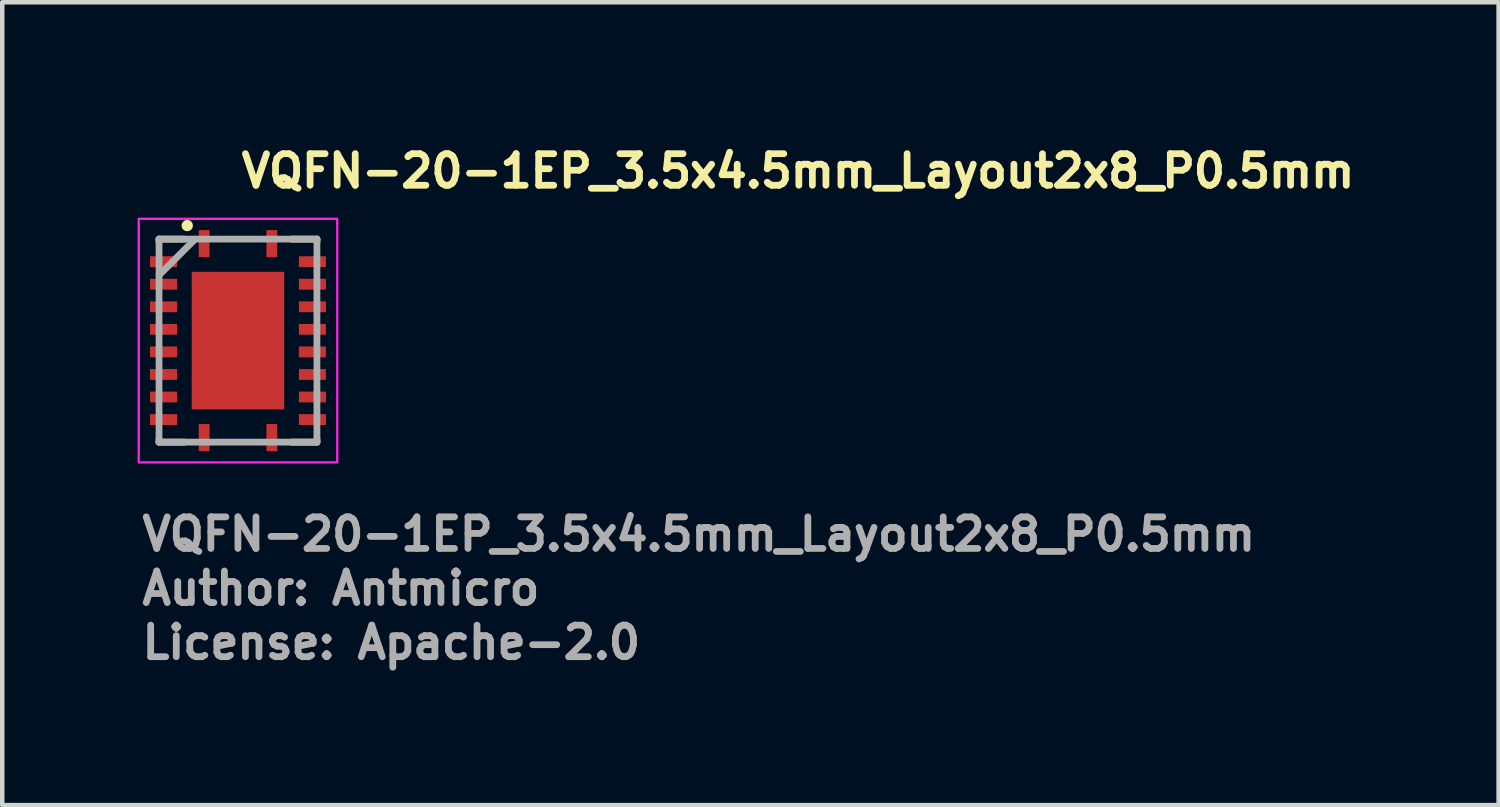
<source format=kicad_pcb>
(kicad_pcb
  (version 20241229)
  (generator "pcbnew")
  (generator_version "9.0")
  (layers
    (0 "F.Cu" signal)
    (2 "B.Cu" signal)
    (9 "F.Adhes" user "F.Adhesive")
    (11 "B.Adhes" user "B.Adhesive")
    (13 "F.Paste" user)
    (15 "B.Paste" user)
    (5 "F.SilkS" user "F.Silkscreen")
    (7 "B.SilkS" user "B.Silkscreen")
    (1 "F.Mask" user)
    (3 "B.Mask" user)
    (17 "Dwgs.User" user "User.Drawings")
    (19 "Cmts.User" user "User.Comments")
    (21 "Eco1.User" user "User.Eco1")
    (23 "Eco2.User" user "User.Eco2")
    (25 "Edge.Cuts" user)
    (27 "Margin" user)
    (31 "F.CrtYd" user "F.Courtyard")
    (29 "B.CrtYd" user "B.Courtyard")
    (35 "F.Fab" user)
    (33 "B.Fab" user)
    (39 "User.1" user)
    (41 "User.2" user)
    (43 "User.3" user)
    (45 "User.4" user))
  (footprint "VQFN-20-1EP_3.5x4.5mm_Layout2x8_P0.5mm"
    (layer "F.Cu")
    (at 2.225 4.5)
    (property "Reference" "VQFN-20-1EP_3.5x4.5mm_Layout2x8_P0.5mm" (at 0 -3.35 0) (layer "F.SilkS") (effects (font (size 0.7 0.7) (thickness 0.15)) (justify left bottom)))
    (attr smd)
    (fp_line (start -1.75 -2.19) (end -1.75 -2.25) (stroke (width 0.15) (type solid)) (layer "F.SilkS"))
    (fp_line (start -1.75 2.25) (end -1.75 2.19) (stroke (width 0.15) (type solid)) (layer "F.SilkS"))
    (fp_line (start -1.19 -2.25) (end -1.75 -2.25) (stroke (width 0.15) (type solid)) (layer "F.SilkS"))
    (fp_line (start -1.19 2.25) (end -1.75 2.25) (stroke (width 0.15) (type solid)) (layer "F.SilkS"))
    (fp_line (start 1.75 -2.25) (end 1.19 -2.25) (stroke (width 0.15) (type solid)) (layer "F.SilkS"))
    (fp_line (start 1.75 -2.19) (end 1.75 -2.25) (stroke (width 0.15) (type solid)) (layer "F.SilkS"))
    (fp_line (start 1.75 2.25) (end 1.19 2.25) (stroke (width 0.15) (type solid)) (layer "F.SilkS"))
    (fp_line (start 1.75 2.25) (end 1.75 2.19) (stroke (width 0.15) (type solid)) (layer "F.SilkS"))
    (fp_circle (center -1.125 -2.55) (end -1.075 -2.55) (stroke (width 0.15) (type solid)) (fill yes) (layer "F.SilkS"))
    (fp_poly (pts (xy -1.02 -1.435) (xy -0.1 -1.435) (xy -0.1 -0.105) (xy -1.02 -0.105)) (stroke (width 0.01) (type solid)) (fill yes) (layer "F.Paste"))
    (fp_poly (pts (xy -1.02 0.105) (xy -0.1 0.105) (xy -0.1 1.435) (xy -1.02 1.435)) (stroke (width 0.01) (type solid)) (fill yes) (layer "F.Paste"))
    (fp_poly (pts (xy 0.1 -1.435) (xy 1.02 -1.435) (xy 1.02 -0.105) (xy 0.1 -0.105)) (stroke (width 0.01) (type solid)) (fill yes) (layer "F.Paste"))
    (fp_poly (pts (xy 0.1 0.105) (xy 1.02 0.105) (xy 1.02 1.435) (xy 0.1 1.435)) (stroke (width 0.01) (type solid)) (fill yes) (layer "F.Paste"))
    (fp_rect (start -2.2 -2.7) (end 2.2 2.7) (stroke (width 0.05) (type solid)) (fill no) (layer "F.CrtYd"))
    (fp_line (start -0.95 -2.25) (end -1.75 -1.45) (stroke (width 0.15) (type default)) (layer "F.Fab"))
    (fp_rect (start -1.75 -2.25) (end 1.75 2.25) (stroke (width 0.15) (type default)) (fill no) (layer "F.Fab"))
    (fp_rect (start -1.75 -2.25) (end 1.75 2.25) (stroke (width 0.1) (type solid)) (fill no) (layer "User.5"))
    (fp_line (start -1.75 -2.25) (end 1.75 -2.25) (stroke (width 0.02) (type solid)) (layer "User.9"))
    (fp_line (start -1.75 2.25) (end -1.75 -2.25) (stroke (width 0.02) (type solid)) (layer "User.9"))
    (fp_line (start 1.75 -2.25) (end 1.75 2.25) (stroke (width 0.02) (type solid)) (layer "User.9"))
    (fp_line (start 1.75 2.25) (end -1.75 2.25) (stroke (width 0.02) (type solid)) (layer "User.9"))
    (fp_text user "License: Apache-2.0" (at -2.2 7.1 0) (layer "F.Fab") (effects (font (size 0.7 0.7) (thickness 0.15)) (justify left bottom)))
    (fp_text user "${REFERENCE}" (at -2.2 4.7 0) (layer "F.Fab") (effects (font (size 0.7 0.7) (thickness 0.15)) (justify left bottom)))
    (fp_text user "Author: Antmicro" (at -2.2 5.9 0) (layer "F.Fab") (effects (font (size 0.7 0.7) (thickness 0.15)) (justify left bottom)))
    (pad "1" smd roundrect (at -0.75 -2.15) (size 0.24 0.6) (layers "F.Cu" "F.Mask" "F.Paste") (roundrect_rratio 0.025))
    (pad "2" smd roundrect (at -1.65 -1.75) (size 0.6 0.24) (layers "F.Cu" "F.Mask" "F.Paste") (roundrect_rratio 0.025))
    (pad "3" smd roundrect (at -1.65 -1.25) (size 0.6 0.24) (layers "F.Cu" "F.Mask" "F.Paste") (roundrect_rratio 0.025))
    (pad "4" smd roundrect (at -1.65 -0.75) (size 0.6 0.24) (layers "F.Cu" "F.Mask" "F.Paste") (roundrect_rratio 0.025))
    (pad "5" smd roundrect (at -1.65 -0.25) (size 0.6 0.24) (layers "F.Cu" "F.Mask" "F.Paste") (roundrect_rratio 0.025))
    (pad "6" smd roundrect (at -1.65 0.25) (size 0.6 0.24) (layers "F.Cu" "F.Mask" "F.Paste") (roundrect_rratio 0.025))
    (pad "7" smd roundrect (at -1.65 0.75) (size 0.6 0.24) (layers "F.Cu" "F.Mask" "F.Paste") (roundrect_rratio 0.025))
    (pad "8" smd roundrect (at -1.65 1.25) (size 0.6 0.24) (layers "F.Cu" "F.Mask" "F.Paste") (roundrect_rratio 0.025))
    (pad "9" smd roundrect (at -1.65 1.75) (size 0.6 0.24) (layers "F.Cu" "F.Mask" "F.Paste") (roundrect_rratio 0.025))
    (pad "10" smd roundrect (at -0.75 2.15) (size 0.24 0.6) (layers "F.Cu" "F.Mask" "F.Paste") (roundrect_rratio 0.025))
    (pad "11" smd roundrect (at 0.75 2.15) (size 0.24 0.6) (layers "F.Cu" "F.Mask" "F.Paste") (roundrect_rratio 0.025))
    (pad "12" smd roundrect (at 1.65 1.75) (size 0.6 0.24) (layers "F.Cu" "F.Mask" "F.Paste") (roundrect_rratio 0.025))
    (pad "13" smd roundrect (at 1.65 1.25) (size 0.6 0.24) (layers "F.Cu" "F.Mask" "F.Paste") (roundrect_rratio 0.025))
    (pad "14" smd roundrect (at 1.65 0.75) (size 0.6 0.24) (layers "F.Cu" "F.Mask" "F.Paste") (roundrect_rratio 0.025))
    (pad "15" smd roundrect (at 1.65 0.25) (size 0.6 0.24) (layers "F.Cu" "F.Mask" "F.Paste") (roundrect_rratio 0.025))
    (pad "16" smd roundrect (at 1.65 -0.25) (size 0.6 0.24) (layers "F.Cu" "F.Mask" "F.Paste") (roundrect_rratio 0.025))
    (pad "17" smd roundrect (at 1.65 -0.75) (size 0.6 0.24) (layers "F.Cu" "F.Mask" "F.Paste") (roundrect_rratio 0.025))
    (pad "18" smd roundrect (at 1.65 -1.25) (size 0.6 0.24) (layers "F.Cu" "F.Mask" "F.Paste") (roundrect_rratio 0.025))
    (pad "19" smd roundrect (at 1.65 -1.75) (size 0.6 0.24) (layers "F.Cu" "F.Mask" "F.Paste") (roundrect_rratio 0.025))
    (pad "20" smd roundrect (at 0.75 -2.15) (size 0.24 0.6) (layers "F.Cu" "F.Mask" "F.Paste") (roundrect_rratio 0.025))
    (pad "21" smd rect (at 0 0) (size 2.05 3.05) (layers "F.Cu" "F.Mask")))
  (gr_rect
    (start -3 -3)
    (end 30.168 14.796)
    (stroke (width 0.1) (type default))
    (fill no)
    (layer "Edge.Cuts")))
</source>
